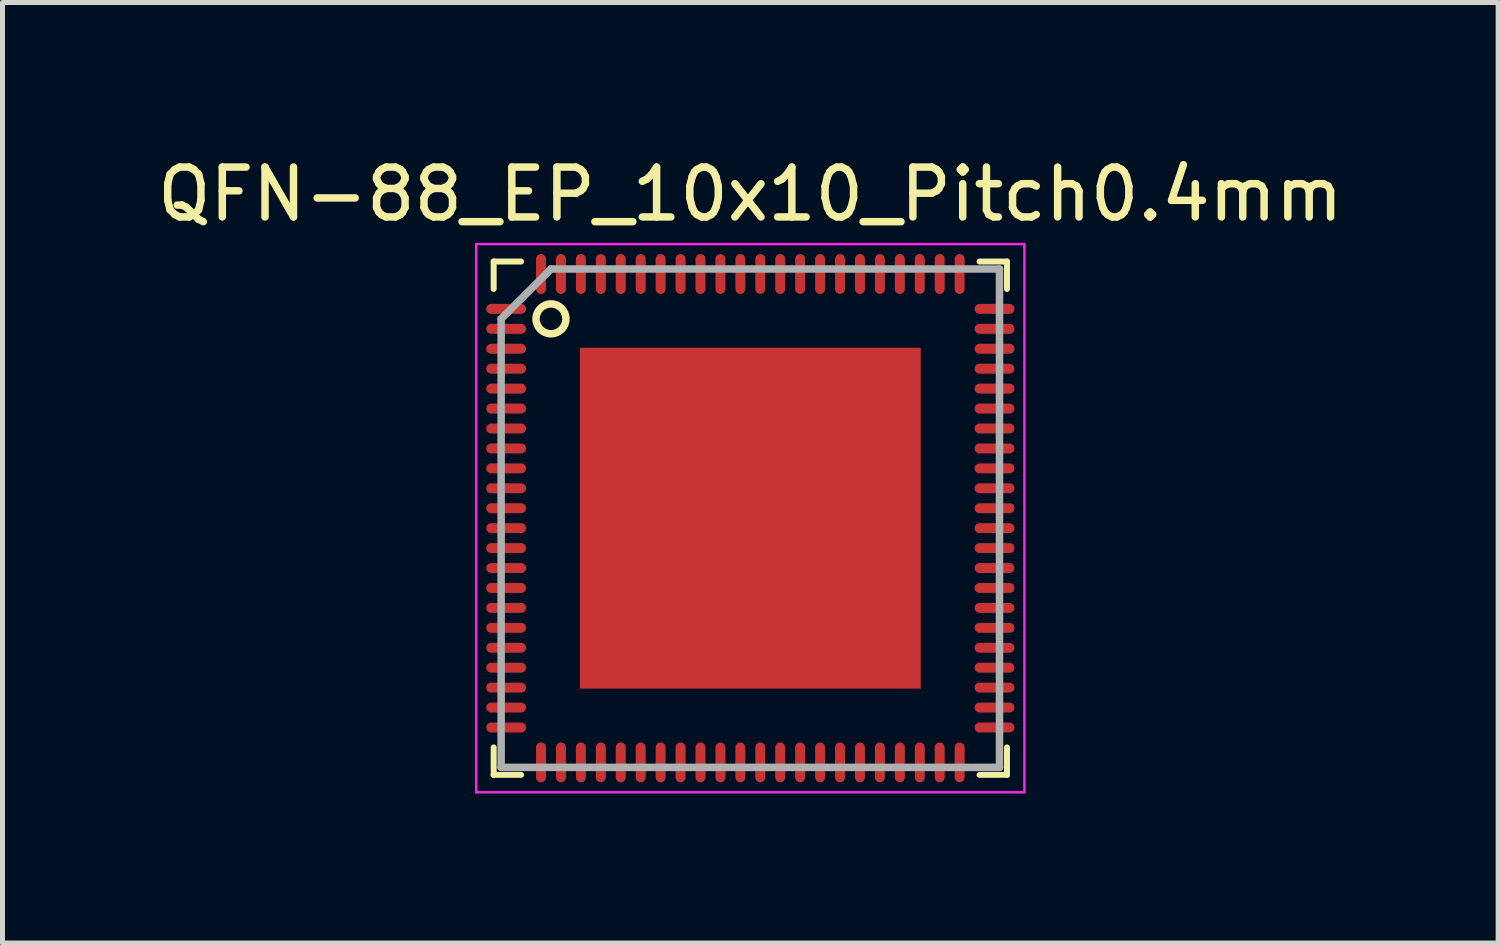
<source format=kicad_pcb>
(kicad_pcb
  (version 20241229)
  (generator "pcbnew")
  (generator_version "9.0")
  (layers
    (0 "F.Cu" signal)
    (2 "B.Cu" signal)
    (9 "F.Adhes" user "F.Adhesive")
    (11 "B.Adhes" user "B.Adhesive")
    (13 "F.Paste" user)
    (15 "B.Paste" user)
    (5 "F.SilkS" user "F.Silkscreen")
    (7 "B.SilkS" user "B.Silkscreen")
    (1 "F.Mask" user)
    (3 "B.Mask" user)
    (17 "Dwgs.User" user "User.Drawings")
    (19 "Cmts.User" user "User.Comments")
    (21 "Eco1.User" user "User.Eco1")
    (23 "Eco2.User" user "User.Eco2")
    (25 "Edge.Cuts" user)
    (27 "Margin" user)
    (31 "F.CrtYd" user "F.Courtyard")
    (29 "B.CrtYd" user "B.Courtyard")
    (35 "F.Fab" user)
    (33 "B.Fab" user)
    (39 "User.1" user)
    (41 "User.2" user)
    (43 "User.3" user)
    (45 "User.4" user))
  (footprint "QFN-88_EP_10x10_Pitch0.4mm"
    (layer "F.Cu")
    (at 12.006 7.348)
    (property "Reference" "QFN-88_EP_10x10_Pitch0.4mm" (at 0 -6.5 0) (layer "F.SilkS") (effects (font (size 1 1) (thickness 0.15))))
    (attr smd)
    (fp_line (start -5.15 -4.6) (end -5.15 -5.15) (stroke (width 0.12) (type solid)) (layer "F.SilkS"))
    (fp_line (start -5.15 5.15) (end -5.15 4.6) (stroke (width 0.12) (type solid)) (layer "F.SilkS"))
    (fp_line (start -4.6 -5.15) (end -5.15 -5.15) (stroke (width 0.12) (type solid)) (layer "F.SilkS"))
    (fp_line (start -4.6 5.15) (end -5.15 5.15) (stroke (width 0.12) (type solid)) (layer "F.SilkS"))
    (fp_line (start 4.6 -5.15) (end 5.15 -5.15) (stroke (width 0.12) (type solid)) (layer "F.SilkS"))
    (fp_line (start 4.6 5.15) (end 5.15 5.15) (stroke (width 0.12) (type solid)) (layer "F.SilkS"))
    (fp_line (start 5.15 -5.15) (end 5.15 -4.6) (stroke (width 0.12) (type solid)) (layer "F.SilkS"))
    (fp_line (start 5.15 5.15) (end 5.15 4.6) (stroke (width 0.12) (type solid)) (layer "F.SilkS"))
    (fp_circle (center -4 -4) (end -3.7 -4) (stroke (width 0.15) (type solid)) (fill no) (layer "F.SilkS"))
    (fp_line (start -5.5 -5.5) (end 5.5 -5.5) (stroke (width 0.05) (type solid)) (layer "F.CrtYd"))
    (fp_line (start -5.5 5.5) (end -5.5 -5.5) (stroke (width 0.05) (type solid)) (layer "F.CrtYd"))
    (fp_line (start 5.5 -5.5) (end 5.5 5.5) (stroke (width 0.05) (type solid)) (layer "F.CrtYd"))
    (fp_line (start 5.5 5.5) (end -5.5 5.5) (stroke (width 0.05) (type solid)) (layer "F.CrtYd"))
    (fp_line (start -5 -4) (end -5 5) (stroke (width 0.15) (type solid)) (layer "F.Fab"))
    (fp_line (start -5 5) (end 5 5) (stroke (width 0.15) (type solid)) (layer "F.Fab"))
    (fp_line (start -4 -5) (end -5 -4) (stroke (width 0.15) (type solid)) (layer "F.Fab"))
    (fp_line (start 5 -5) (end -4 -5) (stroke (width 0.15) (type solid)) (layer "F.Fab"))
    (fp_line (start 5 5) (end 5 -5) (stroke (width 0.15) (type solid)) (layer "F.Fab"))
    (pad "1" smd oval (at -4.9 -4.2 90) (size 0.2 0.8) (layers "F.Cu" "F.Mask" "F.Paste"))
    (pad "2" smd oval (at -4.9 -3.8 90) (size 0.2 0.8) (layers "F.Cu" "F.Mask" "F.Paste"))
    (pad "3" smd oval (at -4.9 -3.4 90) (size 0.2 0.8) (layers "F.Cu" "F.Mask" "F.Paste"))
    (pad "4" smd oval (at -4.9 -3 90) (size 0.2 0.8) (layers "F.Cu" "F.Mask" "F.Paste"))
    (pad "5" smd oval (at -4.9 -2.6 90) (size 0.2 0.8) (layers "F.Cu" "F.Mask" "F.Paste"))
    (pad "6" smd oval (at -4.9 -2.2 90) (size 0.2 0.8) (layers "F.Cu" "F.Mask" "F.Paste"))
    (pad "7" smd oval (at -4.9 -1.8 90) (size 0.2 0.8) (layers "F.Cu" "F.Mask" "F.Paste"))
    (pad "8" smd oval (at -4.9 -1.4 90) (size 0.2 0.8) (layers "F.Cu" "F.Mask" "F.Paste"))
    (pad "9" smd oval (at -4.9 -1 90) (size 0.2 0.8) (layers "F.Cu" "F.Mask" "F.Paste"))
    (pad "10" smd oval (at -4.9 -0.6 90) (size 0.2 0.8) (layers "F.Cu" "F.Mask" "F.Paste"))
    (pad "11" smd oval (at -4.9 -0.2 90) (size 0.2 0.8) (layers "F.Cu" "F.Mask" "F.Paste"))
    (pad "12" smd oval (at -4.9 0.2 90) (size 0.2 0.8) (layers "F.Cu" "F.Mask" "F.Paste"))
    (pad "13" smd oval (at -4.9 0.6 90) (size 0.2 0.8) (layers "F.Cu" "F.Mask" "F.Paste"))
    (pad "14" smd oval (at -4.9 1 90) (size 0.2 0.8) (layers "F.Cu" "F.Mask" "F.Paste"))
    (pad "15" smd oval (at -4.9 1.4 90) (size 0.2 0.8) (layers "F.Cu" "F.Mask" "F.Paste"))
    (pad "16" smd oval (at -4.9 1.8 90) (size 0.2 0.8) (layers "F.Cu" "F.Mask" "F.Paste"))
    (pad "17" smd oval (at -4.9 2.2 90) (size 0.2 0.8) (layers "F.Cu" "F.Mask" "F.Paste"))
    (pad "18" smd oval (at -4.9 2.6 90) (size 0.2 0.8) (layers "F.Cu" "F.Mask" "F.Paste"))
    (pad "19" smd oval (at -4.9 3 90) (size 0.2 0.8) (layers "F.Cu" "F.Mask" "F.Paste"))
    (pad "20" smd oval (at -4.9 3.4 90) (size 0.2 0.8) (layers "F.Cu" "F.Mask" "F.Paste"))
    (pad "21" smd oval (at -4.9 3.8 90) (size 0.2 0.8) (layers "F.Cu" "F.Mask" "F.Paste"))
    (pad "22" smd oval (at -4.9 4.2 90) (size 0.2 0.8) (layers "F.Cu" "F.Mask" "F.Paste"))
    (pad "23" smd oval (at -4.2 4.9) (size 0.2 0.8) (layers "F.Cu" "F.Mask" "F.Paste"))
    (pad "24" smd oval (at -3.8 4.9) (size 0.2 0.8) (layers "F.Cu" "F.Mask" "F.Paste"))
    (pad "25" smd oval (at -3.4 4.9) (size 0.2 0.8) (layers "F.Cu" "F.Mask" "F.Paste"))
    (pad "26" smd oval (at -3 4.9) (size 0.2 0.8) (layers "F.Cu" "F.Mask" "F.Paste"))
    (pad "27" smd oval (at -2.6 4.9) (size 0.2 0.8) (layers "F.Cu" "F.Mask" "F.Paste"))
    (pad "28" smd oval (at -2.2 4.9) (size 0.2 0.8) (layers "F.Cu" "F.Mask" "F.Paste"))
    (pad "29" smd oval (at -1.8 4.9) (size 0.2 0.8) (layers "F.Cu" "F.Mask" "F.Paste"))
    (pad "30" smd oval (at -1.4 4.9) (size 0.2 0.8) (layers "F.Cu" "F.Mask" "F.Paste"))
    (pad "31" smd oval (at -1 4.9) (size 0.2 0.8) (layers "F.Cu" "F.Mask" "F.Paste"))
    (pad "32" smd oval (at -0.6 4.9) (size 0.2 0.8) (layers "F.Cu" "F.Mask" "F.Paste"))
    (pad "33" smd oval (at -0.2 4.9) (size 0.2 0.8) (layers "F.Cu" "F.Mask" "F.Paste"))
    (pad "34" smd oval (at 0.2 4.9) (size 0.2 0.8) (layers "F.Cu" "F.Mask" "F.Paste"))
    (pad "35" smd oval (at 0.6 4.9) (size 0.2 0.8) (layers "F.Cu" "F.Mask" "F.Paste"))
    (pad "36" smd oval (at 1 4.9) (size 0.2 0.8) (layers "F.Cu" "F.Mask" "F.Paste"))
    (pad "37" smd oval (at 1.4 4.9) (size 0.2 0.8) (layers "F.Cu" "F.Mask" "F.Paste"))
    (pad "38" smd oval (at 1.8 4.9) (size 0.2 0.8) (layers "F.Cu" "F.Mask" "F.Paste"))
    (pad "39" smd oval (at 2.2 4.9) (size 0.2 0.8) (layers "F.Cu" "F.Mask" "F.Paste"))
    (pad "40" smd oval (at 2.6 4.9) (size 0.2 0.8) (layers "F.Cu" "F.Mask" "F.Paste"))
    (pad "41" smd oval (at 3 4.9) (size 0.2 0.8) (layers "F.Cu" "F.Mask" "F.Paste"))
    (pad "42" smd oval (at 3.4 4.9) (size 0.2 0.8) (layers "F.Cu" "F.Mask" "F.Paste"))
    (pad "43" smd oval (at 3.8 4.9) (size 0.2 0.8) (layers "F.Cu" "F.Mask" "F.Paste"))
    (pad "44" smd oval (at 4.2 4.9) (size 0.2 0.8) (layers "F.Cu" "F.Mask" "F.Paste"))
    (pad "45" smd oval (at 4.9 4.2 90) (size 0.2 0.8) (layers "F.Cu" "F.Mask" "F.Paste"))
    (pad "46" smd oval (at 4.9 3.8 90) (size 0.2 0.8) (layers "F.Cu" "F.Mask" "F.Paste"))
    (pad "47" smd oval (at 4.9 3.4 90) (size 0.2 0.8) (layers "F.Cu" "F.Mask" "F.Paste"))
    (pad "48" smd oval (at 4.9 3 90) (size 0.2 0.8) (layers "F.Cu" "F.Mask" "F.Paste"))
    (pad "49" smd oval (at 4.9 2.6 90) (size 0.2 0.8) (layers "F.Cu" "F.Mask" "F.Paste"))
    (pad "50" smd oval (at 4.9 2.2 90) (size 0.2 0.8) (layers "F.Cu" "F.Mask" "F.Paste"))
    (pad "51" smd oval (at 4.9 1.8 90) (size 0.2 0.8) (layers "F.Cu" "F.Mask" "F.Paste"))
    (pad "52" smd oval (at 4.9 1.4 90) (size 0.2 0.8) (layers "F.Cu" "F.Mask" "F.Paste"))
    (pad "53" smd oval (at 4.9 1 90) (size 0.2 0.8) (layers "F.Cu" "F.Mask" "F.Paste"))
    (pad "54" smd oval (at 4.9 0.6 90) (size 0.2 0.8) (layers "F.Cu" "F.Mask" "F.Paste"))
    (pad "55" smd oval (at 4.9 0.2 90) (size 0.2 0.8) (layers "F.Cu" "F.Mask" "F.Paste"))
    (pad "56" smd oval (at 4.9 -0.2 90) (size 0.2 0.8) (layers "F.Cu" "F.Mask" "F.Paste"))
    (pad "57" smd oval (at 4.9 -0.6 90) (size 0.2 0.8) (layers "F.Cu" "F.Mask" "F.Paste"))
    (pad "58" smd oval (at 4.9 -1 90) (size 0.2 0.8) (layers "F.Cu" "F.Mask" "F.Paste"))
    (pad "59" smd oval (at 4.9 -1.4 90) (size 0.2 0.8) (layers "F.Cu" "F.Mask" "F.Paste"))
    (pad "60" smd oval (at 4.9 -1.8 90) (size 0.2 0.8) (layers "F.Cu" "F.Mask" "F.Paste"))
    (pad "61" smd oval (at 4.9 -2.2 90) (size 0.2 0.8) (layers "F.Cu" "F.Mask" "F.Paste"))
    (pad "62" smd oval (at 4.9 -2.6 90) (size 0.2 0.8) (layers "F.Cu" "F.Mask" "F.Paste"))
    (pad "63" smd oval (at 4.9 -3 90) (size 0.2 0.8) (layers "F.Cu" "F.Mask" "F.Paste"))
    (pad "64" smd oval (at 4.9 -3.4 90) (size 0.2 0.8) (layers "F.Cu" "F.Mask" "F.Paste"))
    (pad "65" smd oval (at 4.9 -3.8 90) (size 0.2 0.8) (layers "F.Cu" "F.Mask" "F.Paste"))
    (pad "66" smd oval (at 4.9 -4.2 90) (size 0.2 0.8) (layers "F.Cu" "F.Mask" "F.Paste"))
    (pad "67" smd oval (at 4.2 -4.9) (size 0.2 0.8) (layers "F.Cu" "F.Mask" "F.Paste"))
    (pad "68" smd oval (at 3.8 -4.9) (size 0.2 0.8) (layers "F.Cu" "F.Mask" "F.Paste"))
    (pad "69" smd oval (at 3.4 -4.9) (size 0.2 0.8) (layers "F.Cu" "F.Mask" "F.Paste"))
    (pad "70" smd oval (at 3 -4.9) (size 0.2 0.8) (layers "F.Cu" "F.Mask" "F.Paste"))
    (pad "71" smd oval (at 2.6 -4.9) (size 0.2 0.8) (layers "F.Cu" "F.Mask" "F.Paste"))
    (pad "72" smd oval (at 2.2 -4.9) (size 0.2 0.8) (layers "F.Cu" "F.Mask" "F.Paste"))
    (pad "73" smd oval (at 1.8 -4.9) (size 0.2 0.8) (layers "F.Cu" "F.Mask" "F.Paste"))
    (pad "74" smd oval (at 1.4 -4.9) (size 0.2 0.8) (layers "F.Cu" "F.Mask" "F.Paste"))
    (pad "75" smd oval (at 1 -4.9) (size 0.2 0.8) (layers "F.Cu" "F.Mask" "F.Paste"))
    (pad "76" smd oval (at 0.6 -4.9) (size 0.2 0.8) (layers "F.Cu" "F.Mask" "F.Paste"))
    (pad "77" smd oval (at 0.2 -4.9) (size 0.2 0.8) (layers "F.Cu" "F.Mask" "F.Paste"))
    (pad "78" smd oval (at -0.2 -4.9) (size 0.2 0.8) (layers "F.Cu" "F.Mask" "F.Paste"))
    (pad "79" smd oval (at -0.6 -4.9) (size 0.2 0.8) (layers "F.Cu" "F.Mask" "F.Paste"))
    (pad "80" smd oval (at -1 -4.9) (size 0.2 0.8) (layers "F.Cu" "F.Mask" "F.Paste"))
    (pad "81" smd oval (at -1.4 -4.9) (size 0.2 0.8) (layers "F.Cu" "F.Mask" "F.Paste"))
    (pad "82" smd oval (at -1.8 -4.9) (size 0.2 0.8) (layers "F.Cu" "F.Mask" "F.Paste"))
    (pad "83" smd oval (at -2.2 -4.9) (size 0.2 0.8) (layers "F.Cu" "F.Mask" "F.Paste"))
    (pad "84" smd oval (at -2.6 -4.9) (size 0.2 0.8) (layers "F.Cu" "F.Mask" "F.Paste"))
    (pad "85" smd oval (at -3 -4.9) (size 0.2 0.8) (layers "F.Cu" "F.Mask" "F.Paste"))
    (pad "86" smd oval (at -3.4 -4.9) (size 0.2 0.8) (layers "F.Cu" "F.Mask" "F.Paste"))
    (pad "87" smd oval (at -3.8 -4.9) (size 0.2 0.8) (layers "F.Cu" "F.Mask" "F.Paste"))
    (pad "88" smd oval (at -4.2 -4.9) (size 0.2 0.8) (layers "F.Cu" "F.Mask" "F.Paste"))
    (pad "89" smd rect (at 0 0) (size 6.84 6.84) (layers "F.Cu" "F.Mask" "F.Paste")))
  (gr_rect
    (start -3 -3)
    (end 27.012 15.873)
    (stroke (width 0.1) (type default))
    (fill no)
    (layer "Edge.Cuts")))
</source>
